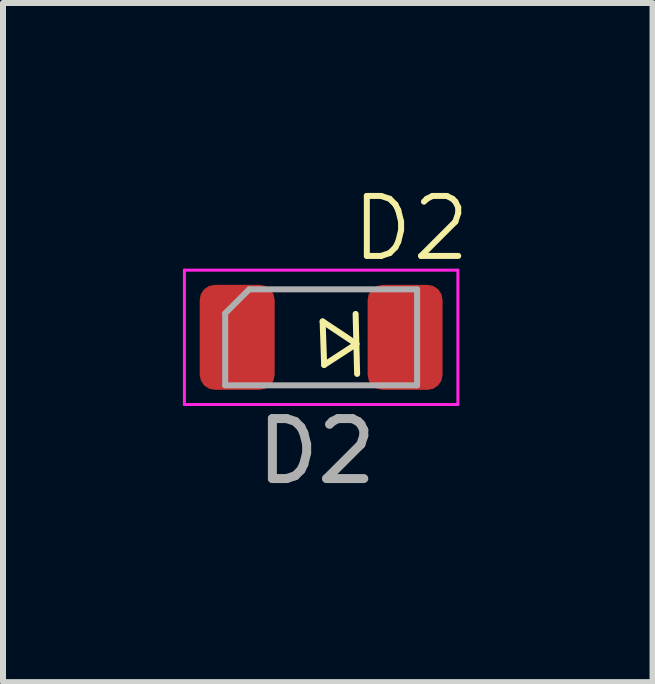
<source format=kicad_pcb>
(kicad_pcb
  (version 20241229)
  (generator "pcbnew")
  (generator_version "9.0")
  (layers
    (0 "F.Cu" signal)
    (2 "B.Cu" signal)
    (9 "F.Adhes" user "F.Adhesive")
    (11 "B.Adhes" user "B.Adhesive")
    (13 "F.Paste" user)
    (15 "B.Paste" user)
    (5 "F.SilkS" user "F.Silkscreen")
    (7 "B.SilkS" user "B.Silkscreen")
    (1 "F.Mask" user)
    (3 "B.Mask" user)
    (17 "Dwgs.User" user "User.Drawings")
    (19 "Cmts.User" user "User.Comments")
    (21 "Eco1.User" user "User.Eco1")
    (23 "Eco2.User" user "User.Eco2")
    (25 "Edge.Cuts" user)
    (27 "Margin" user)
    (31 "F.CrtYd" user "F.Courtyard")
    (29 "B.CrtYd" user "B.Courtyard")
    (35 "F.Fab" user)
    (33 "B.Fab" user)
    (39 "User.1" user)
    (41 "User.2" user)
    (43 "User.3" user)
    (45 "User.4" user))
  (footprint "D2"
    (layer "F.Cu")
    (at 2.18 2.45)
    (property "Reference" "D2" (at 1.625 -1.69 0) (unlocked yes) (layer "F.SilkS") (effects (font (size 1 1) (thickness 0.1))))
    (attr smd)
    (fp_line (start 0.15 -0.14) (end 0.713 0.235) (stroke (width 0.1) (type default)) (layer "F.SilkS"))
    (fp_line (start 0.175 0.585) (end 0.15 -0.14) (stroke (width 0.1) (type default)) (layer "F.SilkS"))
    (fp_line (start 0.7 -0.265) (end 0.725 0.735) (stroke (width 0.1) (type default)) (layer "F.SilkS"))
    (fp_line (start 0.713 0.235) (end 0.175 0.585) (stroke (width 0.1) (type default)) (layer "F.SilkS"))
    (fp_line (start -2.155 -0.995) (end 2.405 -0.995) (stroke (width 0.05) (type solid)) (layer "F.CrtYd"))
    (fp_line (start -2.155 1.245) (end -2.155 -0.995) (stroke (width 0.05) (type solid)) (layer "F.CrtYd"))
    (fp_line (start 2.405 -0.995) (end 2.405 1.245) (stroke (width 0.05) (type solid)) (layer "F.CrtYd"))
    (fp_line (start 2.405 1.245) (end -2.155 1.245) (stroke (width 0.05) (type solid)) (layer "F.CrtYd"))
    (fp_line (start -1.475 -0.275) (end -1.475 0.925) (stroke (width 0.1) (type solid)) (layer "F.Fab"))
    (fp_line (start -1.475 0.925) (end 1.725 0.925) (stroke (width 0.1) (type solid)) (layer "F.Fab"))
    (fp_line (start -1.075 -0.675) (end -1.475 -0.275) (stroke (width 0.1) (type solid)) (layer "F.Fab"))
    (fp_line (start 1.725 -0.675) (end -1.075 -0.675) (stroke (width 0.1) (type solid)) (layer "F.Fab"))
    (fp_line (start 1.725 0.925) (end 1.725 -0.675) (stroke (width 0.1) (type solid)) (layer "F.Fab"))
    (fp_text user "${REFERENCE}" (at 0.05 2.025 0) (unlocked yes) (layer "F.Fab") (effects (font (size 1 1) (thickness 0.15))))
    (pad "1" smd roundrect (at -1.275 0.125) (size 1.25 1.75) (layers "F.Cu" "F.Mask" "F.Paste") (roundrect_rratio 0.2))
    (pad "2" smd roundrect (at 1.525 0.125) (size 1.25 1.75) (layers "F.Cu" "F.Mask" "F.Paste") (roundrect_rratio 0.2)))
  (gr_rect
    (start -3 -3)
    (end 7.831 8.324)
    (stroke (width 0.1) (type default))
    (fill no)
    (layer "Edge.Cuts")))
</source>
